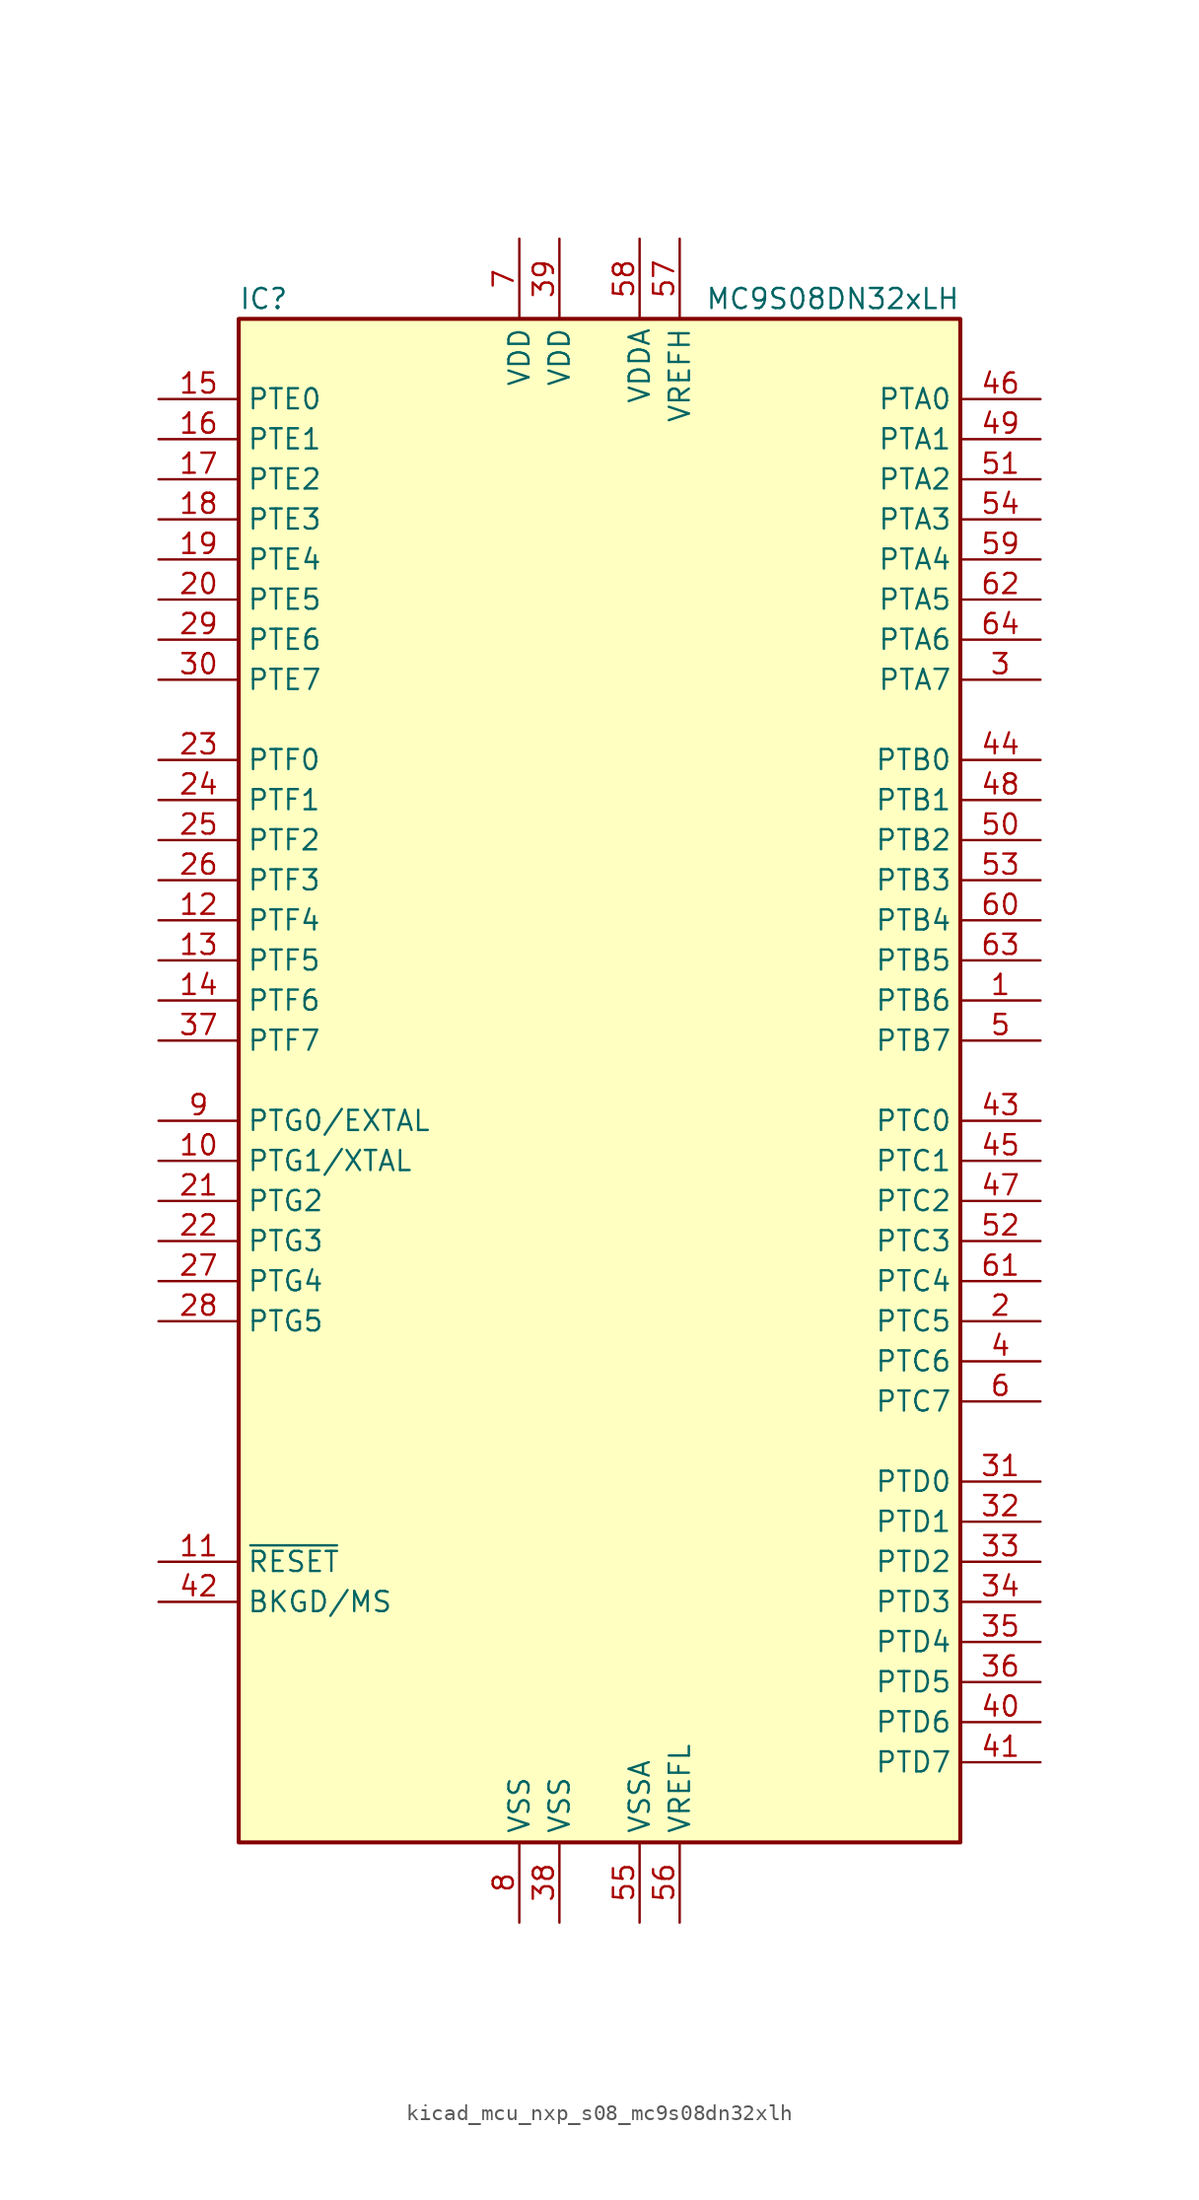
<source format=kicad_sym>
(kicad_symbol_lib
  (version 20220914)
  (generator kicad_symbol_editor)
  (symbol "kicad_mcu_nxp_s08_mc9s08dn32xlh"
    (property "Reference" "IC"
      (at -22.86 49.53 0)
      (effects (font (size 1.27 1.27)) (justify left)))
    (property "Value" "MC9S08DN32xLH"
      (at 22.86 49.53 0)
      (effects (font (size 1.27 1.27)) (justify right)))
    (symbol "kicad_mcu_nxp_s08_mc9s08dn32xlh_0_1"
      (rectangle (start -22.86 48.26) (end 22.86 -48.26) (stroke (width 0.254) (type default)) (fill (type background))))
    (symbol "kicad_mcu_nxp_s08_mc9s08dn32xlh_1_1"
      (pin bidirectional line (at 27.94 5.08 180) (length 5.08) (name "PTB6" (effects (font (size 1.27 1.27)))) (number "1" (effects (font (size 1.27 1.27)))))
      (pin bidirectional line (at -27.94 -5.08 0) (length 5.08) (name "PTG1/XTAL" (effects (font (size 1.27 1.27)))) (number "10" (effects (font (size 1.27 1.27)))))
      (pin input line (at -27.94 -30.48 0) (length 5.08) (name "~{RESET}" (effects (font (size 1.27 1.27)))) (number "11" (effects (font (size 1.27 1.27)))))
      (pin bidirectional line (at -27.94 10.16 0) (length 5.08) (name "PTF4" (effects (font (size 1.27 1.27)))) (number "12" (effects (font (size 1.27 1.27)))))
      (pin bidirectional line (at -27.94 7.62 0) (length 5.08) (name "PTF5" (effects (font (size 1.27 1.27)))) (number "13" (effects (font (size 1.27 1.27)))))
      (pin bidirectional line (at -27.94 5.08 0) (length 5.08) (name "PTF6" (effects (font (size 1.27 1.27)))) (number "14" (effects (font (size 1.27 1.27)))))
      (pin bidirectional line (at -27.94 43.18 0) (length 5.08) (name "PTE0" (effects (font (size 1.27 1.27)))) (number "15" (effects (font (size 1.27 1.27)))))
      (pin bidirectional line (at -27.94 40.64 0) (length 5.08) (name "PTE1" (effects (font (size 1.27 1.27)))) (number "16" (effects (font (size 1.27 1.27)))))
      (pin bidirectional line (at -27.94 38.1 0) (length 5.08) (name "PTE2" (effects (font (size 1.27 1.27)))) (number "17" (effects (font (size 1.27 1.27)))))
      (pin bidirectional line (at -27.94 35.56 0) (length 5.08) (name "PTE3" (effects (font (size 1.27 1.27)))) (number "18" (effects (font (size 1.27 1.27)))))
      (pin bidirectional line (at -27.94 33.02 0) (length 5.08) (name "PTE4" (effects (font (size 1.27 1.27)))) (number "19" (effects (font (size 1.27 1.27)))))
      (pin bidirectional line (at 27.94 -15.24 180) (length 5.08) (name "PTC5" (effects (font (size 1.27 1.27)))) (number "2" (effects (font (size 1.27 1.27)))))
      (pin bidirectional line (at -27.94 30.48 0) (length 5.08) (name "PTE5" (effects (font (size 1.27 1.27)))) (number "20" (effects (font (size 1.27 1.27)))))
      (pin bidirectional line (at -27.94 -7.62 0) (length 5.08) (name "PTG2" (effects (font (size 1.27 1.27)))) (number "21" (effects (font (size 1.27 1.27)))))
      (pin bidirectional line (at -27.94 -10.16 0) (length 5.08) (name "PTG3" (effects (font (size 1.27 1.27)))) (number "22" (effects (font (size 1.27 1.27)))))
      (pin bidirectional line (at -27.94 20.32 0) (length 5.08) (name "PTF0" (effects (font (size 1.27 1.27)))) (number "23" (effects (font (size 1.27 1.27)))))
      (pin bidirectional line (at -27.94 17.78 0) (length 5.08) (name "PTF1" (effects (font (size 1.27 1.27)))) (number "24" (effects (font (size 1.27 1.27)))))
      (pin bidirectional line (at -27.94 15.24 0) (length 5.08) (name "PTF2" (effects (font (size 1.27 1.27)))) (number "25" (effects (font (size 1.27 1.27)))))
      (pin bidirectional line (at -27.94 12.7 0) (length 5.08) (name "PTF3" (effects (font (size 1.27 1.27)))) (number "26" (effects (font (size 1.27 1.27)))))
      (pin bidirectional line (at -27.94 -12.7 0) (length 5.08) (name "PTG4" (effects (font (size 1.27 1.27)))) (number "27" (effects (font (size 1.27 1.27)))))
      (pin bidirectional line (at -27.94 -15.24 0) (length 5.08) (name "PTG5" (effects (font (size 1.27 1.27)))) (number "28" (effects (font (size 1.27 1.27)))))
      (pin bidirectional line (at -27.94 27.94 0) (length 5.08) (name "PTE6" (effects (font (size 1.27 1.27)))) (number "29" (effects (font (size 1.27 1.27)))))
      (pin bidirectional line (at 27.94 25.4 180) (length 5.08) (name "PTA7" (effects (font (size 1.27 1.27)))) (number "3" (effects (font (size 1.27 1.27)))))
      (pin bidirectional line (at -27.94 25.4 0) (length 5.08) (name "PTE7" (effects (font (size 1.27 1.27)))) (number "30" (effects (font (size 1.27 1.27)))))
      (pin bidirectional line (at 27.94 -25.4 180) (length 5.08) (name "PTD0" (effects (font (size 1.27 1.27)))) (number "31" (effects (font (size 1.27 1.27)))))
      (pin bidirectional line (at 27.94 -27.94 180) (length 5.08) (name "PTD1" (effects (font (size 1.27 1.27)))) (number "32" (effects (font (size 1.27 1.27)))))
      (pin bidirectional line (at 27.94 -30.48 180) (length 5.08) (name "PTD2" (effects (font (size 1.27 1.27)))) (number "33" (effects (font (size 1.27 1.27)))))
      (pin bidirectional line (at 27.94 -33.02 180) (length 5.08) (name "PTD3" (effects (font (size 1.27 1.27)))) (number "34" (effects (font (size 1.27 1.27)))))
      (pin bidirectional line (at 27.94 -35.56 180) (length 5.08) (name "PTD4" (effects (font (size 1.27 1.27)))) (number "35" (effects (font (size 1.27 1.27)))))
      (pin bidirectional line (at 27.94 -38.1 180) (length 5.08) (name "PTD5" (effects (font (size 1.27 1.27)))) (number "36" (effects (font (size 1.27 1.27)))))
      (pin bidirectional line (at -27.94 2.54 0) (length 5.08) (name "PTF7" (effects (font (size 1.27 1.27)))) (number "37" (effects (font (size 1.27 1.27)))))
      (pin power_in line (at -2.54 -53.34 90) (length 5.08) (name "VSS" (effects (font (size 1.27 1.27)))) (number "38" (effects (font (size 1.27 1.27)))))
      (pin power_in line (at -2.54 53.34 270) (length 5.08) (name "VDD" (effects (font (size 1.27 1.27)))) (number "39" (effects (font (size 1.27 1.27)))))
      (pin bidirectional line (at 27.94 -17.78 180) (length 5.08) (name "PTC6" (effects (font (size 1.27 1.27)))) (number "4" (effects (font (size 1.27 1.27)))))
      (pin bidirectional line (at 27.94 -40.64 180) (length 5.08) (name "PTD6" (effects (font (size 1.27 1.27)))) (number "40" (effects (font (size 1.27 1.27)))))
      (pin bidirectional line (at 27.94 -43.18 180) (length 5.08) (name "PTD7" (effects (font (size 1.27 1.27)))) (number "41" (effects (font (size 1.27 1.27)))))
      (pin bidirectional line (at -27.94 -33.02 0) (length 5.08) (name "BKGD/MS" (effects (font (size 1.27 1.27)))) (number "42" (effects (font (size 1.27 1.27)))))
      (pin bidirectional line (at 27.94 -2.54 180) (length 5.08) (name "PTC0" (effects (font (size 1.27 1.27)))) (number "43" (effects (font (size 1.27 1.27)))))
      (pin bidirectional line (at 27.94 20.32 180) (length 5.08) (name "PTB0" (effects (font (size 1.27 1.27)))) (number "44" (effects (font (size 1.27 1.27)))))
      (pin bidirectional line (at 27.94 -5.08 180) (length 5.08) (name "PTC1" (effects (font (size 1.27 1.27)))) (number "45" (effects (font (size 1.27 1.27)))))
      (pin bidirectional line (at 27.94 43.18 180) (length 5.08) (name "PTA0" (effects (font (size 1.27 1.27)))) (number "46" (effects (font (size 1.27 1.27)))))
      (pin bidirectional line (at 27.94 -7.62 180) (length 5.08) (name "PTC2" (effects (font (size 1.27 1.27)))) (number "47" (effects (font (size 1.27 1.27)))))
      (pin bidirectional line (at 27.94 17.78 180) (length 5.08) (name "PTB1" (effects (font (size 1.27 1.27)))) (number "48" (effects (font (size 1.27 1.27)))))
      (pin bidirectional line (at 27.94 40.64 180) (length 5.08) (name "PTA1" (effects (font (size 1.27 1.27)))) (number "49" (effects (font (size 1.27 1.27)))))
      (pin bidirectional line (at 27.94 2.54 180) (length 5.08) (name "PTB7" (effects (font (size 1.27 1.27)))) (number "5" (effects (font (size 1.27 1.27)))))
      (pin bidirectional line (at 27.94 15.24 180) (length 5.08) (name "PTB2" (effects (font (size 1.27 1.27)))) (number "50" (effects (font (size 1.27 1.27)))))
      (pin bidirectional line (at 27.94 38.1 180) (length 5.08) (name "PTA2" (effects (font (size 1.27 1.27)))) (number "51" (effects (font (size 1.27 1.27)))))
      (pin bidirectional line (at 27.94 -10.16 180) (length 5.08) (name "PTC3" (effects (font (size 1.27 1.27)))) (number "52" (effects (font (size 1.27 1.27)))))
      (pin bidirectional line (at 27.94 12.7 180) (length 5.08) (name "PTB3" (effects (font (size 1.27 1.27)))) (number "53" (effects (font (size 1.27 1.27)))))
      (pin bidirectional line (at 27.94 35.56 180) (length 5.08) (name "PTA3" (effects (font (size 1.27 1.27)))) (number "54" (effects (font (size 1.27 1.27)))))
      (pin power_in line (at 2.54 -53.34 90) (length 5.08) (name "VSSA" (effects (font (size 1.27 1.27)))) (number "55" (effects (font (size 1.27 1.27)))))
      (pin power_in line (at 5.08 -53.34 90) (length 5.08) (name "VREFL" (effects (font (size 1.27 1.27)))) (number "56" (effects (font (size 1.27 1.27)))))
      (pin power_in line (at 5.08 53.34 270) (length 5.08) (name "VREFH" (effects (font (size 1.27 1.27)))) (number "57" (effects (font (size 1.27 1.27)))))
      (pin power_in line (at 2.54 53.34 270) (length 5.08) (name "VDDA" (effects (font (size 1.27 1.27)))) (number "58" (effects (font (size 1.27 1.27)))))
      (pin bidirectional line (at 27.94 33.02 180) (length 5.08) (name "PTA4" (effects (font (size 1.27 1.27)))) (number "59" (effects (font (size 1.27 1.27)))))
      (pin bidirectional line (at 27.94 -20.32 180) (length 5.08) (name "PTC7" (effects (font (size 1.27 1.27)))) (number "6" (effects (font (size 1.27 1.27)))))
      (pin bidirectional line (at 27.94 10.16 180) (length 5.08) (name "PTB4" (effects (font (size 1.27 1.27)))) (number "60" (effects (font (size 1.27 1.27)))))
      (pin bidirectional line (at 27.94 -12.7 180) (length 5.08) (name "PTC4" (effects (font (size 1.27 1.27)))) (number "61" (effects (font (size 1.27 1.27)))))
      (pin bidirectional line (at 27.94 30.48 180) (length 5.08) (name "PTA5" (effects (font (size 1.27 1.27)))) (number "62" (effects (font (size 1.27 1.27)))))
      (pin bidirectional line (at 27.94 7.62 180) (length 5.08) (name "PTB5" (effects (font (size 1.27 1.27)))) (number "63" (effects (font (size 1.27 1.27)))))
      (pin bidirectional line (at 27.94 27.94 180) (length 5.08) (name "PTA6" (effects (font (size 1.27 1.27)))) (number "64" (effects (font (size 1.27 1.27)))))
      (pin power_in line (at -5.08 53.34 270) (length 5.08) (name "VDD" (effects (font (size 1.27 1.27)))) (number "7" (effects (font (size 1.27 1.27)))))
      (pin power_in line (at -5.08 -53.34 90) (length 5.08) (name "VSS" (effects (font (size 1.27 1.27)))) (number "8" (effects (font (size 1.27 1.27)))))
      (pin bidirectional line (at -27.94 -2.54 0) (length 5.08) (name "PTG0/EXTAL" (effects (font (size 1.27 1.27)))) (number "9" (effects (font (size 1.27 1.27))))))))
</source>
